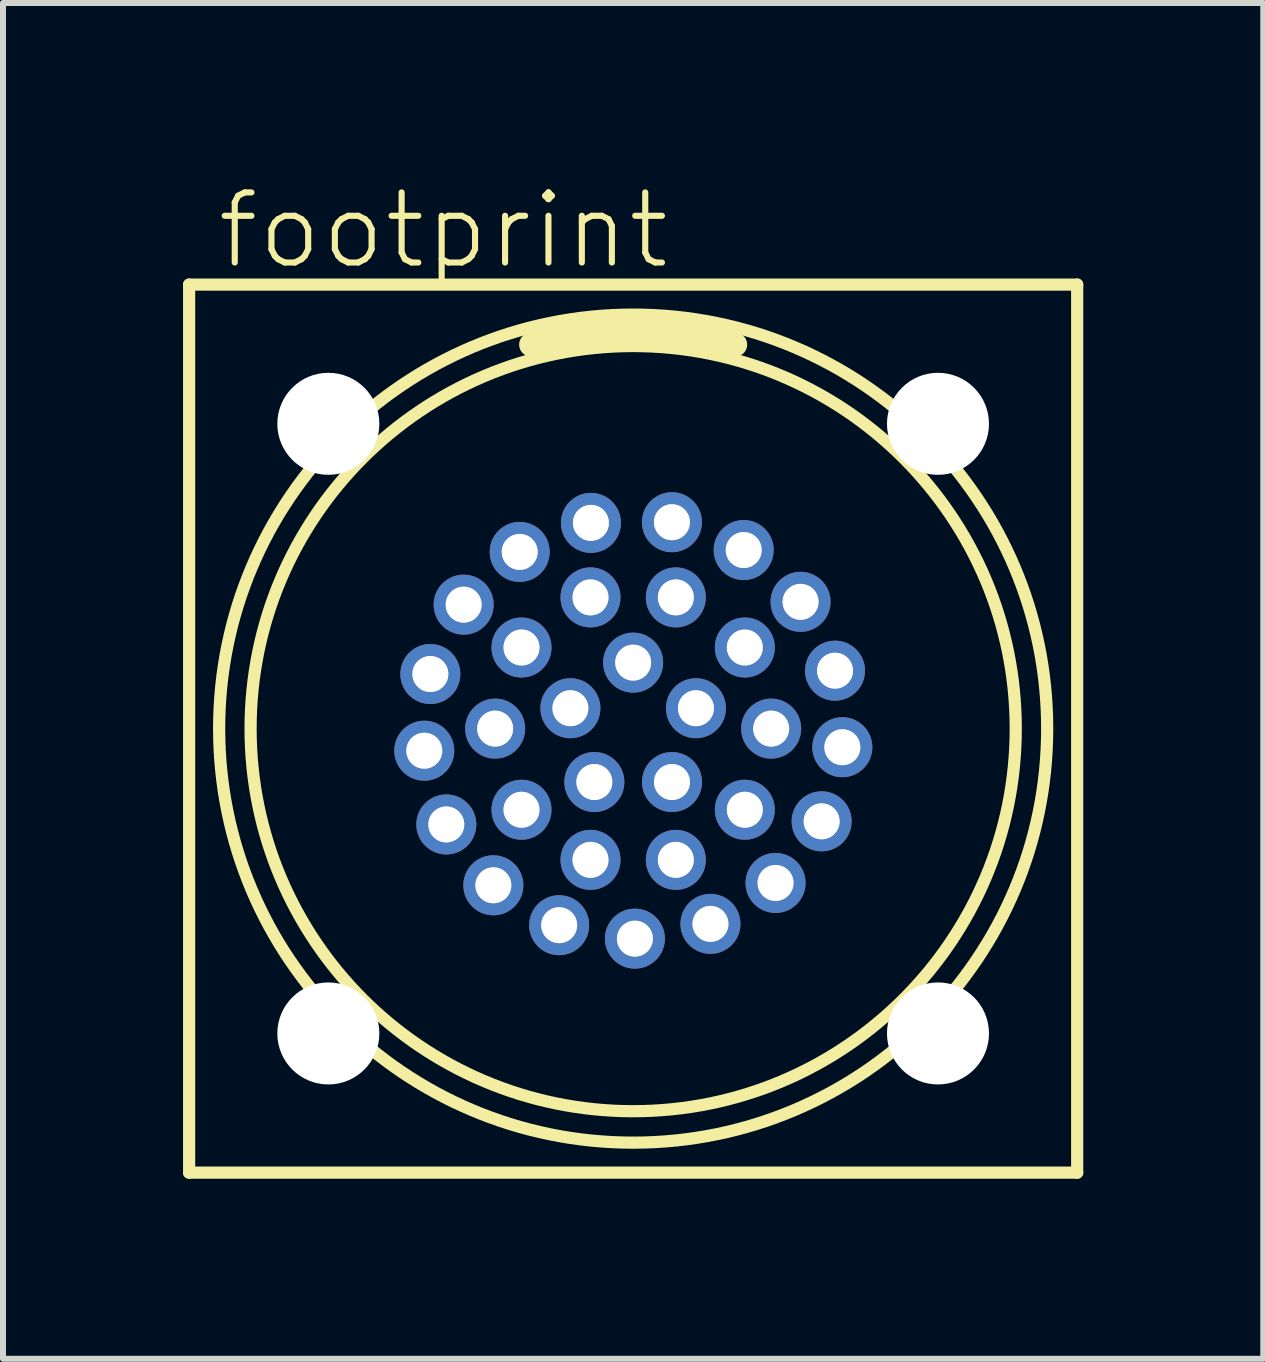
<source format=kicad_pcb>
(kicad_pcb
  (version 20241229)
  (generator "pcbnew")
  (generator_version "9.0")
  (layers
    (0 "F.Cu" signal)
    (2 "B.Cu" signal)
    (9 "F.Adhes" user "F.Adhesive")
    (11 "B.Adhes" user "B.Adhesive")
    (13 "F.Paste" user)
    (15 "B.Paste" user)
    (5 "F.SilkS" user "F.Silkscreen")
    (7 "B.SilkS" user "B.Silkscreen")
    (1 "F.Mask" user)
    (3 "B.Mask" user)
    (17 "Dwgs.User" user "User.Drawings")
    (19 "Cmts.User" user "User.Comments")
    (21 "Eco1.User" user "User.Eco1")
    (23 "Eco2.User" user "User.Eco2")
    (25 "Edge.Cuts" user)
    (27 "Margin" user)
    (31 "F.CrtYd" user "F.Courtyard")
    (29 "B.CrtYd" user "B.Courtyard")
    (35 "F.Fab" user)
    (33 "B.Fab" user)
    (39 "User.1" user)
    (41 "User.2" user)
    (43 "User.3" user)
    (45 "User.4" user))
  (footprint "footprint"
    (layer "F.Cu")
    (at 7.502 9.093)
    (property "Reference" "footprint" (at -6.985 -7.62 0) (layer "F.SilkS") (effects (font (size 1.168 1.168) (thickness 0.102)) (justify left bottom)))
    (fp_line (start -7.4 -7.4) (end 7.4 -7.4) (stroke (width 0.203) (type solid)) (layer "F.SilkS"))
    (fp_line (start -7.4 7.4) (end -7.4 -7.4) (stroke (width 0.203) (type solid)) (layer "F.SilkS"))
    (fp_line (start 7.4 -7.4) (end 7.4 7.4) (stroke (width 0.203) (type solid)) (layer "F.SilkS"))
    (fp_line (start 7.4 7.4) (end -7.4 7.4) (stroke (width 0.203) (type solid)) (layer "F.SilkS"))
    (fp_arc (start -1.7 -6.4) (mid 0 -6.650475) (end 1.700001 -6.4) (stroke (width 0.4) (type solid)) (layer "F.SilkS"))
    (fp_circle (center 0 0) (end 6.376 0) (stroke (width 0.203) (type solid)) (fill no) (layer "F.SilkS"))
    (fp_circle (center 0 0) (end 6.9 0) (stroke (width 0.203) (type solid)) (fill no) (layer "F.SilkS"))
    (fp_circle (center -3.481 0.368) (end -3.282 0.368) (stroke (width 0.203) (type solid)) (fill no) (layer "F.Fab"))
    (fp_circle (center -3.38 -0.91) (end -3.181 -0.91) (stroke (width 0.203) (type solid)) (fill no) (layer "F.Fab"))
    (fp_circle (center -3.114 1.597) (end -2.916 1.597) (stroke (width 0.203) (type solid)) (fill no) (layer "F.Fab"))
    (fp_circle (center -2.825 -2.066) (end -2.627 -2.066) (stroke (width 0.203) (type solid)) (fill no) (layer "F.Fab"))
    (fp_circle (center -2.33 2.611) (end -2.132 2.611) (stroke (width 0.203) (type solid)) (fill no) (layer "F.Fab"))
    (fp_circle (center -2.3 0) (end -2.102 0) (stroke (width 0.203) (type solid)) (fill no) (layer "F.Fab"))
    (fp_circle (center -1.891 -2.945) (end -1.693 -2.945) (stroke (width 0.203) (type solid)) (fill no) (layer "F.Fab"))
    (fp_circle (center -1.861 -1.352) (end -1.662 -1.352) (stroke (width 0.203) (type solid)) (fill no) (layer "F.Fab"))
    (fp_circle (center -1.861 1.352) (end -1.662 1.352) (stroke (width 0.203) (type solid)) (fill no) (layer "F.Fab"))
    (fp_circle (center -1.233 3.276) (end -1.035 3.276) (stroke (width 0.203) (type solid)) (fill no) (layer "F.Fab"))
    (fp_circle (center -1.046 -0.34) (end -0.848 -0.34) (stroke (width 0.203) (type solid)) (fill no) (layer "F.Fab"))
    (fp_circle (center -0.711 -2.187) (end -0.512 -2.187) (stroke (width 0.203) (type solid)) (fill no) (layer "F.Fab"))
    (fp_circle (center -0.711 2.187) (end -0.512 2.187) (stroke (width 0.203) (type solid)) (fill no) (layer "F.Fab"))
    (fp_circle (center -0.704 -3.429) (end -0.505 -3.429) (stroke (width 0.203) (type solid)) (fill no) (layer "F.Fab"))
    (fp_circle (center -0.647 0.89) (end -0.448 0.89) (stroke (width 0.203) (type solid)) (fill no) (layer "F.Fab"))
    (fp_circle (center 0 -1.1) (end 0.198 -1.1) (stroke (width 0.203) (type solid)) (fill no) (layer "F.Fab"))
    (fp_circle (center 0.029 3.5) (end 0.228 3.5) (stroke (width 0.203) (type solid)) (fill no) (layer "F.Fab"))
    (fp_circle (center 0.646 -3.44) (end 0.845 -3.44) (stroke (width 0.203) (type solid)) (fill no) (layer "F.Fab"))
    (fp_circle (center 0.647 0.89) (end 0.845 0.89) (stroke (width 0.203) (type solid)) (fill no) (layer "F.Fab"))
    (fp_circle (center 0.711 -2.187) (end 0.909 -2.187) (stroke (width 0.203) (type solid)) (fill no) (layer "F.Fab"))
    (fp_circle (center 0.711 2.187) (end 0.909 2.187) (stroke (width 0.203) (type solid)) (fill no) (layer "F.Fab"))
    (fp_circle (center 1.046 -0.34) (end 1.245 -0.34) (stroke (width 0.203) (type solid)) (fill no) (layer "F.Fab"))
    (fp_circle (center 1.288 3.254) (end 1.486 3.254) (stroke (width 0.203) (type solid)) (fill no) (layer "F.Fab"))
    (fp_circle (center 1.842 -2.976) (end 2.04 -2.976) (stroke (width 0.203) (type solid)) (fill no) (layer "F.Fab"))
    (fp_circle (center 1.861 -1.352) (end 2.059 -1.352) (stroke (width 0.203) (type solid)) (fill no) (layer "F.Fab"))
    (fp_circle (center 1.861 1.352) (end 2.059 1.352) (stroke (width 0.203) (type solid)) (fill no) (layer "F.Fab"))
    (fp_circle (center 2.3 0) (end 2.498 0) (stroke (width 0.203) (type solid)) (fill no) (layer "F.Fab"))
    (fp_circle (center 2.373 2.572) (end 2.572 2.572) (stroke (width 0.203) (type solid)) (fill no) (layer "F.Fab"))
    (fp_circle (center 2.79 -2.113) (end 2.988 -2.113) (stroke (width 0.203) (type solid)) (fill no) (layer "F.Fab"))
    (fp_circle (center 3.141 1.545) (end 3.339 1.545) (stroke (width 0.203) (type solid)) (fill no) (layer "F.Fab"))
    (fp_circle (center 3.364 -0.966) (end 3.562 -0.966) (stroke (width 0.203) (type solid)) (fill no) (layer "F.Fab"))
    (fp_circle (center 3.486 0.31) (end 3.685 0.31) (stroke (width 0.203) (type solid)) (fill no) (layer "F.Fab"))
    (pad "" np_thru_hole circle (at -5.08 -5.08) (size 1.7 1.7) (drill 1.7) (layers "*.Cu" "*.Mask"))
    (pad "" np_thru_hole circle (at -5.08 5.08) (size 1.7 1.7) (drill 1.7) (layers "*.Cu" "*.Mask"))
    (pad "" np_thru_hole circle (at 5.08 -5.08) (size 1.7 1.7) (drill 1.7) (layers "*.Cu" "*.Mask"))
    (pad "" np_thru_hole circle (at 5.08 5.08) (size 1.7 1.7) (drill 1.7) (layers "*.Cu" "*.Mask"))
    (pad "1" thru_hole circle (at -0.704 -3.429 101.6) (size 1 1) (drill 0.6) (layers "*.Cu" "*.Mask"))
    (pad "2" thru_hole circle (at -1.891 -2.945 122.7) (size 1 1) (drill 0.6) (layers "*.Cu" "*.Mask"))
    (pad "3" thru_hole circle (at -2.825 -2.066 143.8) (size 1 1) (drill 0.6) (layers "*.Cu" "*.Mask"))
    (pad "4" thru_hole circle (at -3.38 -0.91 164.9) (size 1 1) (drill 0.6) (layers "*.Cu" "*.Mask"))
    (pad "5" thru_hole circle (at -3.481 0.368 186) (size 1 1) (drill 0.6) (layers "*.Cu" "*.Mask"))
    (pad "6" thru_hole circle (at -3.114 1.597 207.2) (size 1 1) (drill 0.6) (layers "*.Cu" "*.Mask"))
    (pad "7" thru_hole circle (at -2.33 2.611 228.3) (size 1 1) (drill 0.6) (layers "*.Cu" "*.Mask"))
    (pad "8" thru_hole circle (at -1.233 3.276 249.4) (size 1 1) (drill 0.6) (layers "*.Cu" "*.Mask"))
    (pad "9" thru_hole circle (at 0.029 3.5 270.5) (size 1 1) (drill 0.6) (layers "*.Cu" "*.Mask"))
    (pad "10" thru_hole circle (at 1.288 3.254 291.6) (size 1 1) (drill 0.6) (layers "*.Cu" "*.Mask"))
    (pad "11" thru_hole circle (at 2.373 2.572 312.7) (size 1 1) (drill 0.6) (layers "*.Cu" "*.Mask"))
    (pad "12" thru_hole circle (at 3.141 1.545 333.8) (size 1 1) (drill 0.6) (layers "*.Cu" "*.Mask"))
    (pad "13" thru_hole circle (at 3.486 0.31 354.9) (size 1 1) (drill 0.6) (layers "*.Cu" "*.Mask"))
    (pad "14" thru_hole circle (at 3.364 -0.966 16) (size 1 1) (drill 0.6) (layers "*.Cu" "*.Mask"))
    (pad "15" thru_hole circle (at 2.79 -2.113 37.1) (size 1 1) (drill 0.6) (layers "*.Cu" "*.Mask"))
    (pad "16" thru_hole circle (at 1.842 -2.976 58.3) (size 1 1) (drill 0.6) (layers "*.Cu" "*.Mask"))
    (pad "17" thru_hole circle (at 0.646 -3.44 79.4) (size 1 1) (drill 0.6) (layers "*.Cu" "*.Mask"))
    (pad "18" thru_hole circle (at -0.711 -2.187 108) (size 1 1) (drill 0.6) (layers "*.Cu" "*.Mask"))
    (pad "19" thru_hole circle (at -1.861 -1.352 144) (size 1 1) (drill 0.6) (layers "*.Cu" "*.Mask"))
    (pad "20" thru_hole circle (at -2.3 0 180) (size 1 1) (drill 0.6) (layers "*.Cu" "*.Mask"))
    (pad "21" thru_hole circle (at -1.861 1.352 216) (size 1 1) (drill 0.6) (layers "*.Cu" "*.Mask"))
    (pad "22" thru_hole circle (at -0.711 2.187 252) (size 1 1) (drill 0.6) (layers "*.Cu" "*.Mask"))
    (pad "23" thru_hole circle (at 0.711 2.187 288) (size 1 1) (drill 0.6) (layers "*.Cu" "*.Mask"))
    (pad "24" thru_hole circle (at 1.861 1.352 324) (size 1 1) (drill 0.6) (layers "*.Cu" "*.Mask"))
    (pad "25" thru_hole circle (at 2.3 0) (size 1 1) (drill 0.6) (layers "*.Cu" "*.Mask"))
    (pad "26" thru_hole circle (at 1.861 -1.352 36) (size 1 1) (drill 0.6) (layers "*.Cu" "*.Mask"))
    (pad "27" thru_hole circle (at 0.711 -2.187 72) (size 1 1) (drill 0.6) (layers "*.Cu" "*.Mask"))
    (pad "28" thru_hole circle (at 0 -1.1 90) (size 1 1) (drill 0.6) (layers "*.Cu" "*.Mask"))
    (pad "29" thru_hole circle (at -1.046 -0.34 162) (size 1 1) (drill 0.6) (layers "*.Cu" "*.Mask"))
    (pad "30" thru_hole circle (at -0.647 0.89 234) (size 1 1) (drill 0.6) (layers "*.Cu" "*.Mask"))
    (pad "31" thru_hole circle (at 0.647 0.89 306) (size 1 1) (drill 0.6) (layers "*.Cu" "*.Mask"))
    (pad "32" thru_hole circle (at 1.046 -0.34 18) (size 1 1) (drill 0.6) (layers "*.Cu" "*.Mask")))
  (gr_rect
    (start -3 -3)
    (end 18.003 19.595)
    (stroke (width 0.1) (type default))
    (fill no)
    (layer "Edge.Cuts")))
</source>
